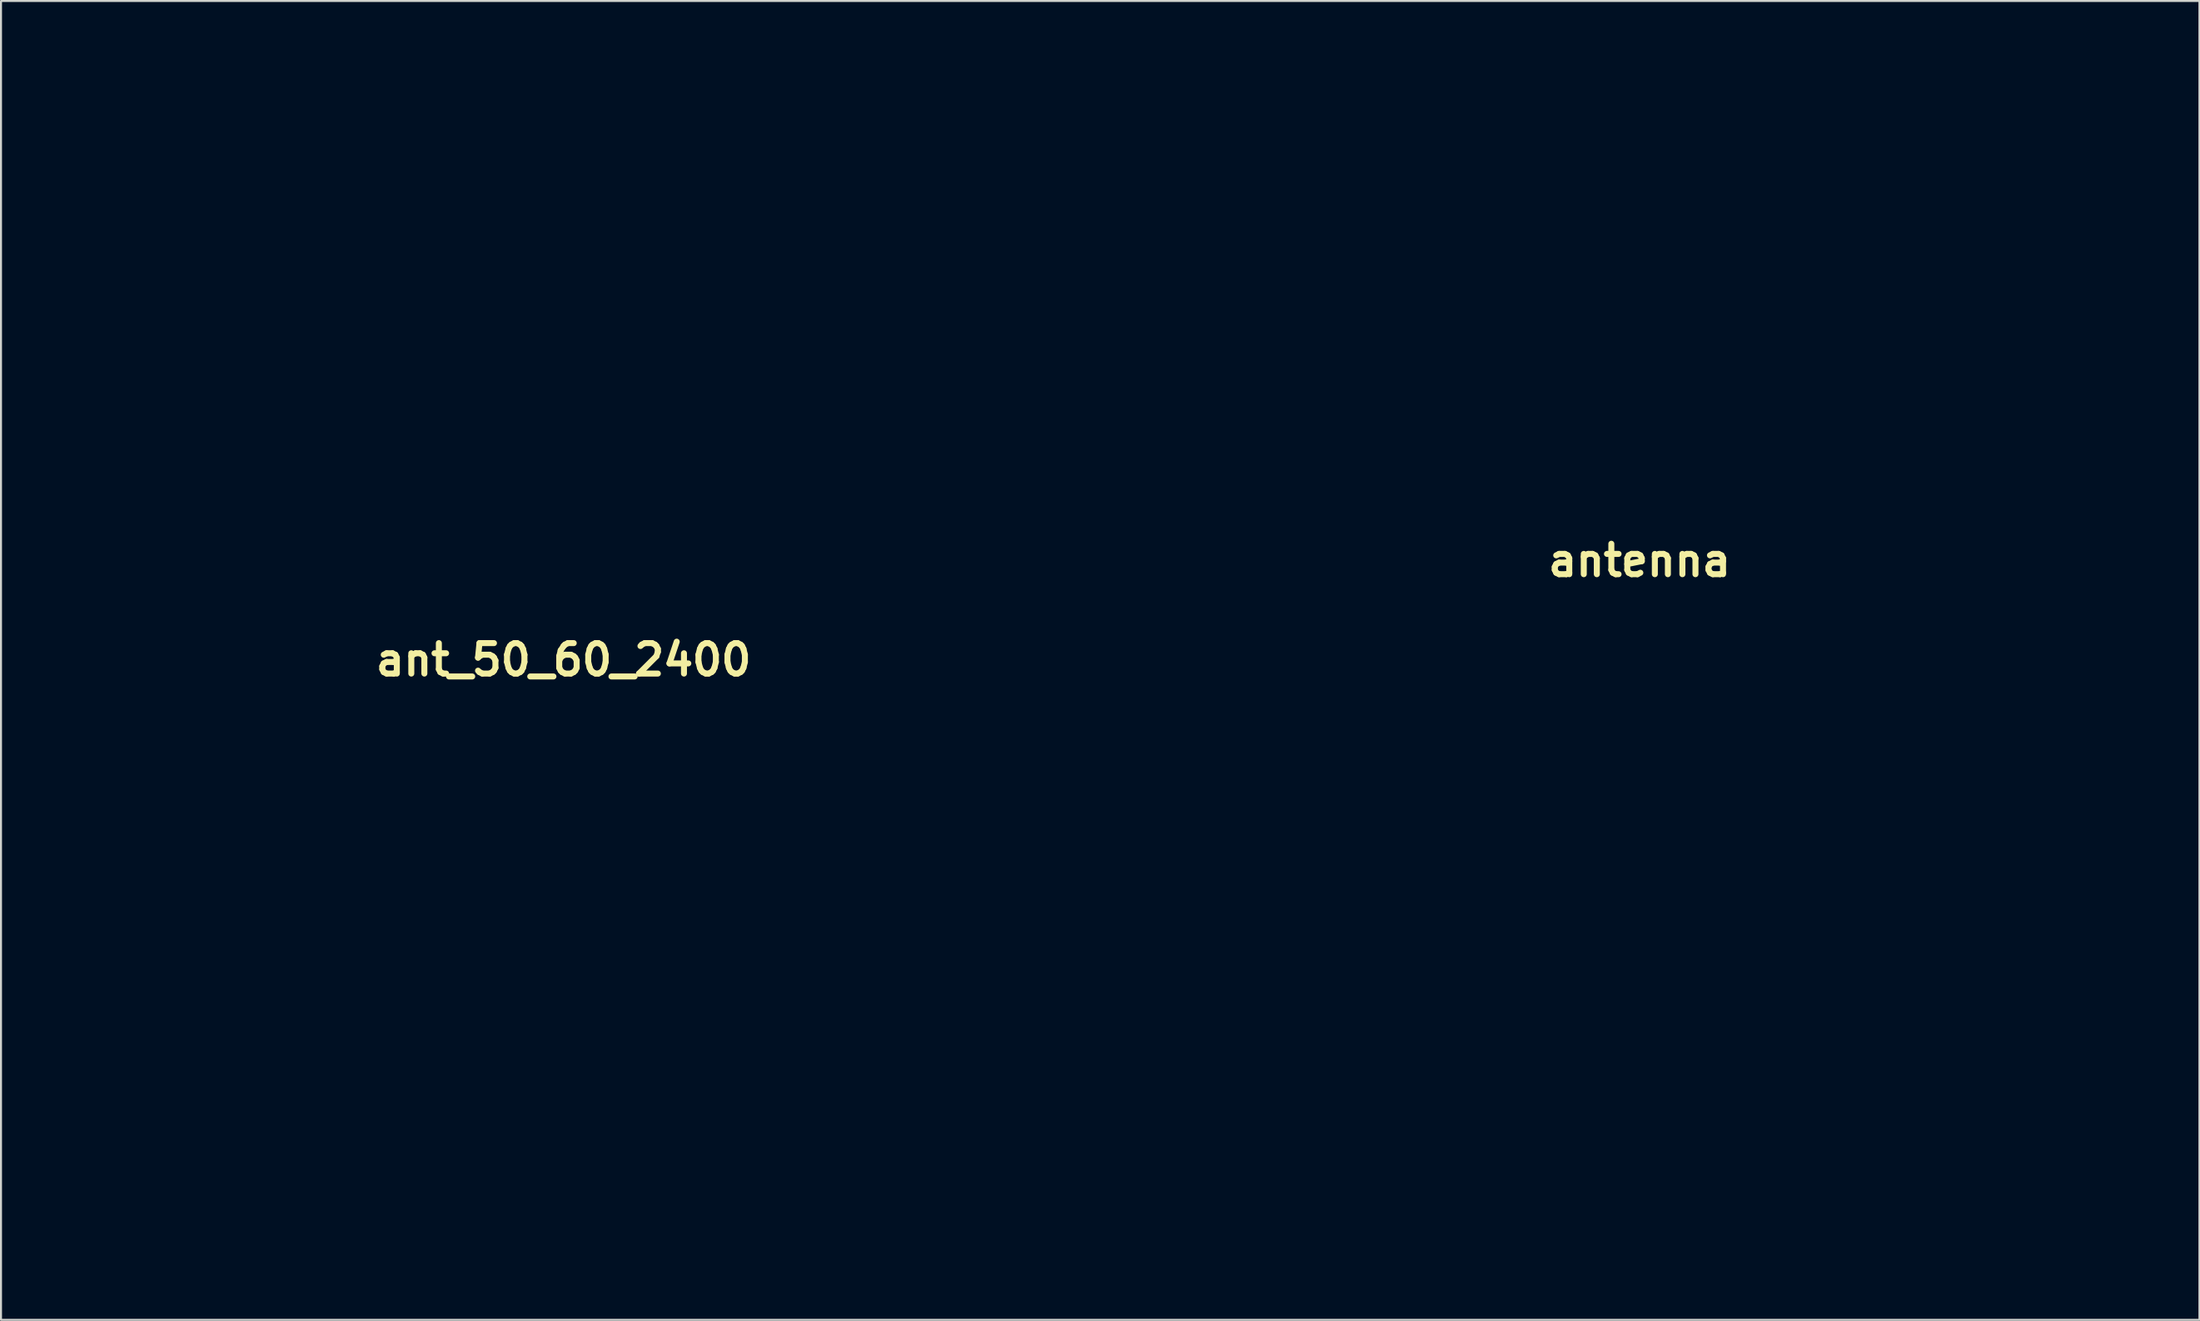
<source format=kicad_pcb>
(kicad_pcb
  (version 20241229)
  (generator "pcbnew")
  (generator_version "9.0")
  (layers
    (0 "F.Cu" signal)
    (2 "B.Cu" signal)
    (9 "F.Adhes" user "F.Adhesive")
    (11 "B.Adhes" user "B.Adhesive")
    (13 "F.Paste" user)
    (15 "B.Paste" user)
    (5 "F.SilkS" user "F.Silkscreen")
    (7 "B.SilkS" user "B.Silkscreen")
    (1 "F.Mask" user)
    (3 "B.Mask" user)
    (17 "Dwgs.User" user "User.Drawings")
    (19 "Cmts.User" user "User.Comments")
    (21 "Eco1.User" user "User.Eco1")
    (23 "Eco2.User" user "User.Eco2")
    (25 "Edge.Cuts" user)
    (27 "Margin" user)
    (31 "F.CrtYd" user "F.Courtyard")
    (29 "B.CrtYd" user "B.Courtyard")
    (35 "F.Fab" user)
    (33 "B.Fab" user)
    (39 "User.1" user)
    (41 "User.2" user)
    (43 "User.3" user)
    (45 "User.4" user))
  (footprint "ant_50_60_2400"
    (layer "F.Cu")
    (at 25.151 29.977)
    (property "Reference" "ant_50_60_2400" (at 0 0 0) (layer "F.SilkS") (effects (font (size 1.524 1.524) (thickness 0.3))))
    (attr through_hole)
    (fp_poly (pts (xy 25.831 0.029) (xy 25.829 30.03) (xy 0.828 30.033) (xy -24.172 30.036) (xy -24.172 -29.464) (xy 25.326 -29.464) (xy 25.323 0.029) (xy 25.321 29.522) (xy 0.828 29.525) (xy -23.664 29.528) (xy -23.664 -28.956) (xy 24.818 -28.956) (xy 24.815 0.029) (xy 24.813 29.014) (xy 0.828 29.017) (xy -23.156 29.02) (xy -23.156 -28.448) (xy 24.31 -28.448) (xy 24.307 0.029) (xy 24.305 28.506) (xy 0.828 28.509) (xy -22.648 28.512) (xy -22.648 -27.94) (xy 23.802 -27.94) (xy 23.799 0.029) (xy 23.797 27.998) (xy 0.828 28.001) (xy -22.14 28.004) (xy -22.14 -26.469) (xy -21.876 -26.469) (xy -21.876 27.739) (xy 23.537 27.739) (xy 23.537 -27.686) (xy -22.384 -27.686) (xy -22.384 28.247) (xy 24.045 28.247) (xy 24.045 -28.194) (xy -22.892 -28.194) (xy -22.892 28.755) (xy 24.553 28.755) (xy 24.553 -28.702) (xy -23.4 -28.702) (xy -23.4 29.263) (xy 25.061 29.263) (xy 25.061 -29.21) (xy -23.908 -29.21) (xy -23.908 29.771) (xy 25.569 29.771) (xy 25.569 -29.718) (xy -25.146 -29.718) (xy -25.146 -29.972) (xy 25.834 -29.972) (xy 25.831 0.029)) (stroke (width 0.01) (type solid)) (fill no) (layer "Eco2.User")))
  (footprint "antenna"
    (layer "F.Cu")
    (at 78.993 25.003)
    (property "Reference" "antenna" (at 0 0 0) (layer "F.SilkS") (effects (font (size 1.524 1.524) (thickness 0.3))))
    (attr through_hole)
    (fp_poly (pts (xy 25.006 0.003) (xy 25.003 25.003) (xy 0.003 25.006) (xy -24.998 25.008) (xy -24.998 -24.236) (xy 24.246 -24.236) (xy 24.244 0.003) (xy 24.241 24.241) (xy 0.003 24.244) (xy -24.236 24.246) (xy -24.236 -23.474) (xy 23.484 -23.474) (xy 23.482 0.003) (xy 23.479 23.479) (xy 0.003 23.482) (xy -23.474 23.484) (xy -23.474 -22.712) (xy 22.722 -22.712) (xy 22.72 0.003) (xy 22.717 22.717) (xy 0.003 22.72) (xy -22.712 22.722) (xy -22.712 -21.95) (xy -22.331 -21.95) (xy -22.331 22.331) (xy 22.331 22.331) (xy 22.331 -22.341) (xy -23.082 -22.341) (xy -23.082 23.093) (xy 23.093 23.093) (xy 23.093 -23.093) (xy -23.844 -23.093) (xy -23.844 23.855) (xy 23.855 23.855) (xy 23.855 -23.855) (xy -24.606 -23.855) (xy -24.606 24.617) (xy 24.617 24.617) (xy 24.617 -24.617) (xy -24.998 -24.617) (xy -24.998 -24.998) (xy 25.008 -24.998) (xy 25.006 0.003)) (stroke (width 0.01) (type solid)) (fill no) (layer "Eco2.User")))
  (gr_rect
    (start -3 -3)
    (end 107.006 63.018)
    (stroke (width 0.1) (type default))
    (fill no)
    (layer "Edge.Cuts")))
</source>
